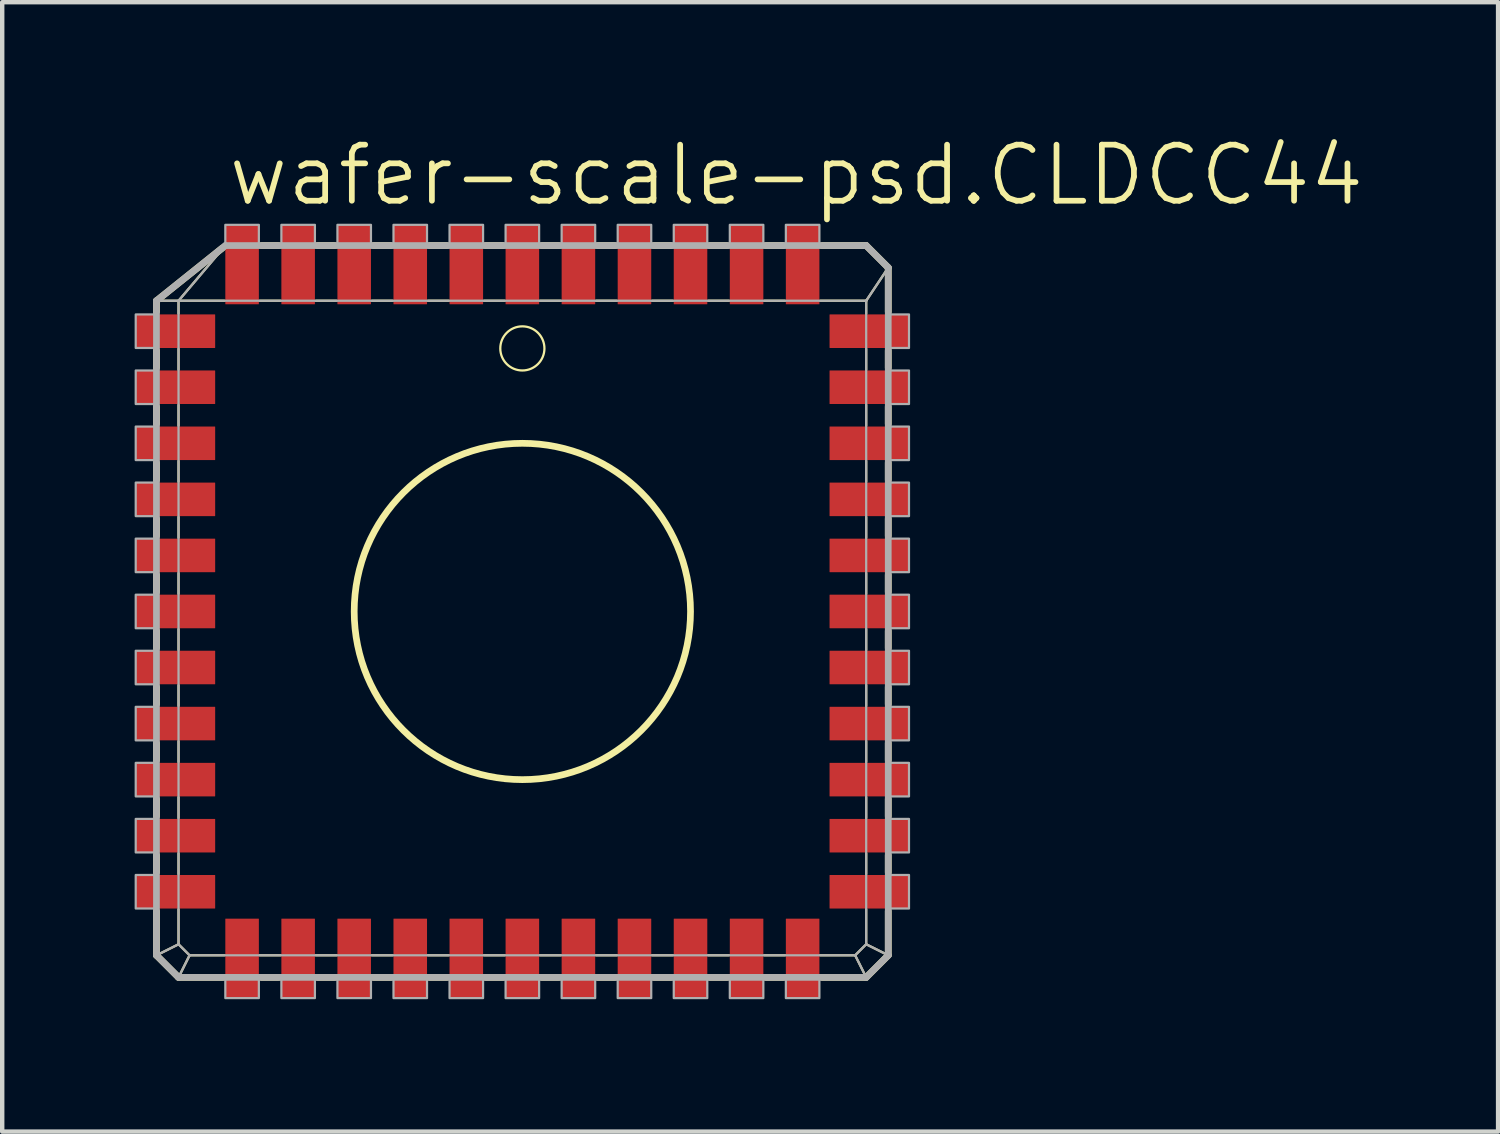
<source format=kicad_pcb>
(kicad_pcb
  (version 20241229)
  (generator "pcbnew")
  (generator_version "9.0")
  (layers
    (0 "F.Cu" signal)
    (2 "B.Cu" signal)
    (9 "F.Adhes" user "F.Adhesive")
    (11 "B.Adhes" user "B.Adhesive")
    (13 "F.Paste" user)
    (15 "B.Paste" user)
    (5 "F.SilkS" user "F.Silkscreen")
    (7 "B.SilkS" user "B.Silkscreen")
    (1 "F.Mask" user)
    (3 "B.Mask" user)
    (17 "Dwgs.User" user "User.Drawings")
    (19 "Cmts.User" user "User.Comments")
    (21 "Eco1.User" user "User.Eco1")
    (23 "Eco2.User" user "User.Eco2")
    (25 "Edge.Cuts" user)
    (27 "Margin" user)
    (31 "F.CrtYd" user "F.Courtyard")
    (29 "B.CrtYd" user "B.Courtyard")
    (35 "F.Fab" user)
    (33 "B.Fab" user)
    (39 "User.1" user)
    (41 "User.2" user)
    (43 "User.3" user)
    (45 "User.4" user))
  (footprint "wafer-scale-psd.CLDCC44"
    (layer "F.Cu")
    (at 8.785 10.804)
    (property "Reference" "wafer-scale-psd.CLDCC44" (at -6.731 -9.144 0) (layer "F.SilkS") (effects (font (size 1.27 1.27) (thickness 0.13)) (justify left bottom)))
    (attr smd)
    (fp_line (start -8.29 -7.04) (end -7.79 -7.04) (stroke (width 0.051) (type default)) (layer "F.SilkS"))
    (fp_line (start -8.29 -7.04) (end -6.79 -8.24) (stroke (width 0.152) (type default)) (layer "F.SilkS"))
    (fp_line (start -8.29 -6.79) (end -8.29 -7.04) (stroke (width 0.152) (type default)) (layer "F.SilkS"))
    (fp_line (start -8.29 -5.52) (end -8.29 -5.91) (stroke (width 0.152) (type default)) (layer "F.SilkS"))
    (fp_line (start -8.29 -4.25) (end -8.29 -4.64) (stroke (width 0.152) (type default)) (layer "F.SilkS"))
    (fp_line (start -8.29 -2.98) (end -8.29 -3.37) (stroke (width 0.152) (type default)) (layer "F.SilkS"))
    (fp_line (start -8.29 -1.71) (end -8.29 -2.1) (stroke (width 0.152) (type default)) (layer "F.SilkS"))
    (fp_line (start -8.29 -0.44) (end -8.29 -0.83) (stroke (width 0.152) (type default)) (layer "F.SilkS"))
    (fp_line (start -8.29 0.83) (end -8.29 0.44) (stroke (width 0.152) (type default)) (layer "F.SilkS"))
    (fp_line (start -8.29 2.1) (end -8.29 1.71) (stroke (width 0.152) (type default)) (layer "F.SilkS"))
    (fp_line (start -8.29 3.37) (end -8.29 2.98) (stroke (width 0.152) (type default)) (layer "F.SilkS"))
    (fp_line (start -8.29 4.64) (end -8.29 4.25) (stroke (width 0.152) (type default)) (layer "F.SilkS"))
    (fp_line (start -8.29 5.91) (end -8.29 5.52) (stroke (width 0.152) (type default)) (layer "F.SilkS"))
    (fp_line (start -8.29 7.79) (end -8.29 6.79) (stroke (width 0.152) (type default)) (layer "F.SilkS"))
    (fp_line (start -8.29 7.79) (end -7.79 7.54) (stroke (width 0.051) (type default)) (layer "F.SilkS"))
    (fp_line (start -7.79 -7.04) (end -6.75 -8.27) (stroke (width 0.051) (type default)) (layer "F.SilkS"))
    (fp_line (start -7.79 -7.04) (end -6.75 -7.04) (stroke (width 0.051) (type default)) (layer "F.SilkS"))
    (fp_line (start -7.79 -6.75) (end -7.79 -7.04) (stroke (width 0.051) (type default)) (layer "F.SilkS"))
    (fp_line (start -7.79 -5.48) (end -7.79 -5.95) (stroke (width 0.051) (type default)) (layer "F.SilkS"))
    (fp_line (start -7.79 -4.21) (end -7.79 -4.68) (stroke (width 0.051) (type default)) (layer "F.SilkS"))
    (fp_line (start -7.79 -2.94) (end -7.79 -3.41) (stroke (width 0.051) (type default)) (layer "F.SilkS"))
    (fp_line (start -7.79 -1.67) (end -7.79 -2.14) (stroke (width 0.051) (type default)) (layer "F.SilkS"))
    (fp_line (start -7.79 -0.4) (end -7.79 -0.87) (stroke (width 0.051) (type default)) (layer "F.SilkS"))
    (fp_line (start -7.79 0.87) (end -7.79 0.4) (stroke (width 0.051) (type default)) (layer "F.SilkS"))
    (fp_line (start -7.79 2.14) (end -7.79 1.67) (stroke (width 0.051) (type default)) (layer "F.SilkS"))
    (fp_line (start -7.79 3.41) (end -7.79 2.94) (stroke (width 0.051) (type default)) (layer "F.SilkS"))
    (fp_line (start -7.79 4.68) (end -7.79 4.21) (stroke (width 0.051) (type default)) (layer "F.SilkS"))
    (fp_line (start -7.79 5.95) (end -7.79 5.48) (stroke (width 0.051) (type default)) (layer "F.SilkS"))
    (fp_line (start -7.79 7.54) (end -7.79 6.75) (stroke (width 0.051) (type default)) (layer "F.SilkS"))
    (fp_line (start -7.79 8.29) (end -8.29 7.79) (stroke (width 0.152) (type default)) (layer "F.SilkS"))
    (fp_line (start -7.79 8.29) (end -7.54 7.79) (stroke (width 0.051) (type default)) (layer "F.SilkS"))
    (fp_line (start -7.54 7.79) (end -7.79 7.54) (stroke (width 0.051) (type default)) (layer "F.SilkS"))
    (fp_line (start -6.79 8.29) (end -7.79 8.29) (stroke (width 0.152) (type default)) (layer "F.SilkS"))
    (fp_line (start -6.75 7.79) (end -7.54 7.79) (stroke (width 0.051) (type default)) (layer "F.SilkS"))
    (fp_line (start -5.95 -7.04) (end -5.48 -7.04) (stroke (width 0.051) (type default)) (layer "F.SilkS"))
    (fp_line (start -5.91 -8.29) (end -5.52 -8.29) (stroke (width 0.152) (type default)) (layer "F.SilkS"))
    (fp_line (start -5.52 8.29) (end -5.91 8.29) (stroke (width 0.152) (type default)) (layer "F.SilkS"))
    (fp_line (start -5.48 7.79) (end -5.95 7.79) (stroke (width 0.051) (type default)) (layer "F.SilkS"))
    (fp_line (start -4.68 -7.04) (end -4.21 -7.04) (stroke (width 0.051) (type default)) (layer "F.SilkS"))
    (fp_line (start -4.64 -8.29) (end -4.25 -8.29) (stroke (width 0.152) (type default)) (layer "F.SilkS"))
    (fp_line (start -4.25 8.29) (end -4.64 8.29) (stroke (width 0.152) (type default)) (layer "F.SilkS"))
    (fp_line (start -4.21 7.79) (end -4.68 7.79) (stroke (width 0.051) (type default)) (layer "F.SilkS"))
    (fp_line (start -3.41 -7.04) (end -2.94 -7.04) (stroke (width 0.051) (type default)) (layer "F.SilkS"))
    (fp_line (start -3.37 -8.29) (end -2.98 -8.29) (stroke (width 0.152) (type default)) (layer "F.SilkS"))
    (fp_line (start -2.98 8.29) (end -3.37 8.29) (stroke (width 0.152) (type default)) (layer "F.SilkS"))
    (fp_line (start -2.94 7.79) (end -3.41 7.79) (stroke (width 0.051) (type default)) (layer "F.SilkS"))
    (fp_line (start -2.14 -7.04) (end -1.67 -7.04) (stroke (width 0.051) (type default)) (layer "F.SilkS"))
    (fp_line (start -2.1 -8.29) (end -1.71 -8.29) (stroke (width 0.152) (type default)) (layer "F.SilkS"))
    (fp_line (start -1.71 8.29) (end -2.1 8.29) (stroke (width 0.152) (type default)) (layer "F.SilkS"))
    (fp_line (start -1.67 7.79) (end -2.14 7.79) (stroke (width 0.051) (type default)) (layer "F.SilkS"))
    (fp_line (start -0.87 -7.04) (end -0.4 -7.04) (stroke (width 0.051) (type default)) (layer "F.SilkS"))
    (fp_line (start -0.83 -8.29) (end -0.44 -8.29) (stroke (width 0.152) (type default)) (layer "F.SilkS"))
    (fp_line (start -0.44 8.29) (end -0.83 8.29) (stroke (width 0.152) (type default)) (layer "F.SilkS"))
    (fp_line (start -0.4 7.79) (end -0.87 7.79) (stroke (width 0.051) (type default)) (layer "F.SilkS"))
    (fp_line (start 0.4 -7.04) (end 0.87 -7.04) (stroke (width 0.051) (type default)) (layer "F.SilkS"))
    (fp_line (start 0.44 -8.29) (end 0.83 -8.29) (stroke (width 0.152) (type default)) (layer "F.SilkS"))
    (fp_line (start 0.83 8.29) (end 0.44 8.29) (stroke (width 0.152) (type default)) (layer "F.SilkS"))
    (fp_line (start 0.87 7.79) (end 0.4 7.79) (stroke (width 0.051) (type default)) (layer "F.SilkS"))
    (fp_line (start 1.67 -7.04) (end 2.14 -7.04) (stroke (width 0.051) (type default)) (layer "F.SilkS"))
    (fp_line (start 1.71 -8.29) (end 2.1 -8.29) (stroke (width 0.152) (type default)) (layer "F.SilkS"))
    (fp_line (start 2.1 8.29) (end 1.71 8.29) (stroke (width 0.152) (type default)) (layer "F.SilkS"))
    (fp_line (start 2.14 7.79) (end 1.67 7.79) (stroke (width 0.051) (type default)) (layer "F.SilkS"))
    (fp_line (start 2.94 -7.04) (end 3.41 -7.04) (stroke (width 0.051) (type default)) (layer "F.SilkS"))
    (fp_line (start 2.98 -8.29) (end 3.37 -8.29) (stroke (width 0.152) (type default)) (layer "F.SilkS"))
    (fp_line (start 3.37 8.29) (end 2.98 8.29) (stroke (width 0.152) (type default)) (layer "F.SilkS"))
    (fp_line (start 3.41 7.79) (end 2.94 7.79) (stroke (width 0.051) (type default)) (layer "F.SilkS"))
    (fp_line (start 4.21 -7.04) (end 4.68 -7.04) (stroke (width 0.051) (type default)) (layer "F.SilkS"))
    (fp_line (start 4.25 -8.29) (end 4.64 -8.29) (stroke (width 0.152) (type default)) (layer "F.SilkS"))
    (fp_line (start 4.64 8.29) (end 4.25 8.29) (stroke (width 0.152) (type default)) (layer "F.SilkS"))
    (fp_line (start 4.68 7.79) (end 4.21 7.79) (stroke (width 0.051) (type default)) (layer "F.SilkS"))
    (fp_line (start 5.48 -7.04) (end 5.95 -7.04) (stroke (width 0.051) (type default)) (layer "F.SilkS"))
    (fp_line (start 5.52 -8.29) (end 5.91 -8.29) (stroke (width 0.152) (type default)) (layer "F.SilkS"))
    (fp_line (start 5.91 8.29) (end 5.52 8.29) (stroke (width 0.152) (type default)) (layer "F.SilkS"))
    (fp_line (start 5.95 7.79) (end 5.48 7.79) (stroke (width 0.051) (type default)) (layer "F.SilkS"))
    (fp_line (start 6.75 -7.04) (end 7.79 -7.04) (stroke (width 0.051) (type default)) (layer "F.SilkS"))
    (fp_line (start 6.79 -8.29) (end 7.79 -8.29) (stroke (width 0.152) (type default)) (layer "F.SilkS"))
    (fp_line (start 7.54 7.79) (end 6.75 7.79) (stroke (width 0.051) (type default)) (layer "F.SilkS"))
    (fp_line (start 7.54 7.79) (end 7.79 8.29) (stroke (width 0.051) (type default)) (layer "F.SilkS"))
    (fp_line (start 7.79 -8.29) (end 8.29 -7.79) (stroke (width 0.152) (type default)) (layer "F.SilkS"))
    (fp_line (start 7.79 -7.04) (end 7.79 -6.75) (stroke (width 0.051) (type default)) (layer "F.SilkS"))
    (fp_line (start 7.79 -5.95) (end 7.79 -5.48) (stroke (width 0.051) (type default)) (layer "F.SilkS"))
    (fp_line (start 7.79 -4.68) (end 7.79 -4.21) (stroke (width 0.051) (type default)) (layer "F.SilkS"))
    (fp_line (start 7.79 -3.41) (end 7.79 -2.94) (stroke (width 0.051) (type default)) (layer "F.SilkS"))
    (fp_line (start 7.79 -2.14) (end 7.79 -1.67) (stroke (width 0.051) (type default)) (layer "F.SilkS"))
    (fp_line (start 7.79 -0.87) (end 7.79 -0.4) (stroke (width 0.051) (type default)) (layer "F.SilkS"))
    (fp_line (start 7.79 0.4) (end 7.79 0.87) (stroke (width 0.051) (type default)) (layer "F.SilkS"))
    (fp_line (start 7.79 1.67) (end 7.79 2.14) (stroke (width 0.051) (type default)) (layer "F.SilkS"))
    (fp_line (start 7.79 2.94) (end 7.79 3.41) (stroke (width 0.051) (type default)) (layer "F.SilkS"))
    (fp_line (start 7.79 4.21) (end 7.79 4.68) (stroke (width 0.051) (type default)) (layer "F.SilkS"))
    (fp_line (start 7.79 5.48) (end 7.79 5.95) (stroke (width 0.051) (type default)) (layer "F.SilkS"))
    (fp_line (start 7.79 6.75) (end 7.79 7.54) (stroke (width 0.051) (type default)) (layer "F.SilkS"))
    (fp_line (start 7.79 7.54) (end 7.54 7.79) (stroke (width 0.051) (type default)) (layer "F.SilkS"))
    (fp_line (start 7.79 7.54) (end 8.29 7.79) (stroke (width 0.051) (type default)) (layer "F.SilkS"))
    (fp_line (start 7.79 8.29) (end 6.79 8.29) (stroke (width 0.152) (type default)) (layer "F.SilkS"))
    (fp_line (start 8.29 -7.79) (end 7.79 -7.04) (stroke (width 0.051) (type default)) (layer "F.SilkS"))
    (fp_line (start 8.29 -7.79) (end 8.29 -6.79) (stroke (width 0.152) (type default)) (layer "F.SilkS"))
    (fp_line (start 8.29 -5.91) (end 8.29 -5.52) (stroke (width 0.152) (type default)) (layer "F.SilkS"))
    (fp_line (start 8.29 -4.64) (end 8.29 -4.25) (stroke (width 0.152) (type default)) (layer "F.SilkS"))
    (fp_line (start 8.29 -3.37) (end 8.29 -2.98) (stroke (width 0.152) (type default)) (layer "F.SilkS"))
    (fp_line (start 8.29 -2.1) (end 8.29 -1.71) (stroke (width 0.152) (type default)) (layer "F.SilkS"))
    (fp_line (start 8.29 -0.83) (end 8.29 -0.44) (stroke (width 0.152) (type default)) (layer "F.SilkS"))
    (fp_line (start 8.29 0.44) (end 8.29 0.83) (stroke (width 0.152) (type default)) (layer "F.SilkS"))
    (fp_line (start 8.29 1.71) (end 8.29 2.1) (stroke (width 0.152) (type default)) (layer "F.SilkS"))
    (fp_line (start 8.29 2.98) (end 8.29 3.37) (stroke (width 0.152) (type default)) (layer "F.SilkS"))
    (fp_line (start 8.29 4.25) (end 8.29 4.64) (stroke (width 0.152) (type default)) (layer "F.SilkS"))
    (fp_line (start 8.29 5.52) (end 8.29 5.91) (stroke (width 0.152) (type default)) (layer "F.SilkS"))
    (fp_line (start 8.29 6.79) (end 8.29 7.79) (stroke (width 0.152) (type default)) (layer "F.SilkS"))
    (fp_line (start 8.29 7.79) (end 7.79 8.29) (stroke (width 0.152) (type default)) (layer "F.SilkS"))
    (fp_circle (center 0 -5.96) (end 0.5 -5.96) (stroke (width 0.051) (type default)) (fill no) (layer "F.SilkS"))
    (fp_circle (center 0 0) (end 3.81 0) (stroke (width 0.152) (type default)) (fill no) (layer "F.SilkS"))
    (fp_line (start -8.29 -7.04) (end -7.79 -7.04) (stroke (width 0.051) (type default)) (layer "F.Fab"))
    (fp_line (start -8.29 -7.04) (end -6.73 -8.29) (stroke (width 0.152) (type default)) (layer "F.Fab"))
    (fp_line (start -8.29 7.79) (end -8.29 -7.04) (stroke (width 0.152) (type default)) (layer "F.Fab"))
    (fp_line (start -8.29 7.79) (end -7.79 7.54) (stroke (width 0.051) (type default)) (layer "F.Fab"))
    (fp_line (start -7.79 -7.04) (end -6.73 -8.29) (stroke (width 0.051) (type default)) (layer "F.Fab"))
    (fp_line (start -7.79 -7.04) (end 7.79 -7.04) (stroke (width 0.051) (type default)) (layer "F.Fab"))
    (fp_line (start -7.79 7.54) (end -7.79 -7.04) (stroke (width 0.051) (type default)) (layer "F.Fab"))
    (fp_line (start -7.79 8.29) (end -8.29 7.79) (stroke (width 0.152) (type default)) (layer "F.Fab"))
    (fp_line (start -7.79 8.29) (end -7.54 7.79) (stroke (width 0.051) (type default)) (layer "F.Fab"))
    (fp_line (start -7.54 7.79) (end -7.79 7.54) (stroke (width 0.051) (type default)) (layer "F.Fab"))
    (fp_line (start -6.73 -8.29) (end 7.79 -8.29) (stroke (width 0.152) (type default)) (layer "F.Fab"))
    (fp_line (start 7.54 7.79) (end -7.54 7.79) (stroke (width 0.051) (type default)) (layer "F.Fab"))
    (fp_line (start 7.54 7.79) (end 7.79 8.29) (stroke (width 0.051) (type default)) (layer "F.Fab"))
    (fp_line (start 7.79 -8.29) (end 8.29 -7.79) (stroke (width 0.152) (type default)) (layer "F.Fab"))
    (fp_line (start 7.79 -7.04) (end 7.79 7.54) (stroke (width 0.051) (type default)) (layer "F.Fab"))
    (fp_line (start 7.79 7.54) (end 7.54 7.79) (stroke (width 0.051) (type default)) (layer "F.Fab"))
    (fp_line (start 7.79 7.54) (end 8.29 7.79) (stroke (width 0.051) (type default)) (layer "F.Fab"))
    (fp_line (start 7.79 8.29) (end -7.79 8.29) (stroke (width 0.152) (type default)) (layer "F.Fab"))
    (fp_line (start 8.29 -7.79) (end 7.79 -7.04) (stroke (width 0.051) (type default)) (layer "F.Fab"))
    (fp_line (start 8.29 -7.79) (end 8.29 7.79) (stroke (width 0.152) (type default)) (layer "F.Fab"))
    (fp_line (start 8.29 7.79) (end 7.79 8.29) (stroke (width 0.152) (type default)) (layer "F.Fab"))
    (fp_rect (start -8.76 -5.97) (end -8.29 -6.73) (stroke (width 0.05) (type default)) (fill no) (layer "F.Fab"))
    (fp_rect (start -8.76 -4.7) (end -8.29 -5.46) (stroke (width 0.05) (type default)) (fill no) (layer "F.Fab"))
    (fp_rect (start -8.76 -3.43) (end -8.29 -4.19) (stroke (width 0.05) (type default)) (fill no) (layer "F.Fab"))
    (fp_rect (start -8.76 -2.16) (end -8.29 -2.92) (stroke (width 0.05) (type default)) (fill no) (layer "F.Fab"))
    (fp_rect (start -8.76 -0.89) (end -8.29 -1.65) (stroke (width 0.05) (type default)) (fill no) (layer "F.Fab"))
    (fp_rect (start -8.76 0.38) (end -8.29 -0.38) (stroke (width 0.05) (type default)) (fill no) (layer "F.Fab"))
    (fp_rect (start -8.76 1.65) (end -8.29 0.89) (stroke (width 0.05) (type default)) (fill no) (layer "F.Fab"))
    (fp_rect (start -8.76 2.92) (end -8.29 2.16) (stroke (width 0.05) (type default)) (fill no) (layer "F.Fab"))
    (fp_rect (start -8.76 4.19) (end -8.29 3.43) (stroke (width 0.05) (type default)) (fill no) (layer "F.Fab"))
    (fp_rect (start -8.76 5.46) (end -8.29 4.7) (stroke (width 0.05) (type default)) (fill no) (layer "F.Fab"))
    (fp_rect (start -8.76 6.73) (end -8.29 5.97) (stroke (width 0.05) (type default)) (fill no) (layer "F.Fab"))
    (fp_rect (start -6.73 -8.29) (end -5.97 -8.76) (stroke (width 0.05) (type default)) (fill no) (layer "F.Fab"))
    (fp_rect (start -6.73 8.76) (end -5.97 8.29) (stroke (width 0.05) (type default)) (fill no) (layer "F.Fab"))
    (fp_rect (start -5.46 -8.29) (end -4.7 -8.76) (stroke (width 0.05) (type default)) (fill no) (layer "F.Fab"))
    (fp_rect (start -5.46 8.76) (end -4.7 8.29) (stroke (width 0.05) (type default)) (fill no) (layer "F.Fab"))
    (fp_rect (start -4.19 -8.29) (end -3.43 -8.76) (stroke (width 0.05) (type default)) (fill no) (layer "F.Fab"))
    (fp_rect (start -4.19 8.76) (end -3.43 8.29) (stroke (width 0.05) (type default)) (fill no) (layer "F.Fab"))
    (fp_rect (start -2.92 -8.29) (end -2.16 -8.76) (stroke (width 0.05) (type default)) (fill no) (layer "F.Fab"))
    (fp_rect (start -2.92 8.76) (end -2.16 8.29) (stroke (width 0.05) (type default)) (fill no) (layer "F.Fab"))
    (fp_rect (start -1.65 -8.29) (end -0.89 -8.76) (stroke (width 0.05) (type default)) (fill no) (layer "F.Fab"))
    (fp_rect (start -1.65 8.76) (end -0.89 8.29) (stroke (width 0.05) (type default)) (fill no) (layer "F.Fab"))
    (fp_rect (start -0.38 -8.29) (end 0.38 -8.76) (stroke (width 0.05) (type default)) (fill no) (layer "F.Fab"))
    (fp_rect (start -0.38 8.76) (end 0.38 8.29) (stroke (width 0.05) (type default)) (fill no) (layer "F.Fab"))
    (fp_rect (start 0.89 -8.29) (end 1.65 -8.76) (stroke (width 0.05) (type default)) (fill no) (layer "F.Fab"))
    (fp_rect (start 0.89 8.76) (end 1.65 8.29) (stroke (width 0.05) (type default)) (fill no) (layer "F.Fab"))
    (fp_rect (start 2.16 -8.29) (end 2.92 -8.76) (stroke (width 0.05) (type default)) (fill no) (layer "F.Fab"))
    (fp_rect (start 2.16 8.76) (end 2.92 8.29) (stroke (width 0.05) (type default)) (fill no) (layer "F.Fab"))
    (fp_rect (start 3.43 -8.29) (end 4.19 -8.76) (stroke (width 0.05) (type default)) (fill no) (layer "F.Fab"))
    (fp_rect (start 3.43 8.76) (end 4.19 8.29) (stroke (width 0.05) (type default)) (fill no) (layer "F.Fab"))
    (fp_rect (start 4.7 -8.29) (end 5.46 -8.76) (stroke (width 0.05) (type default)) (fill no) (layer "F.Fab"))
    (fp_rect (start 4.7 8.76) (end 5.46 8.29) (stroke (width 0.05) (type default)) (fill no) (layer "F.Fab"))
    (fp_rect (start 5.97 -8.29) (end 6.73 -8.76) (stroke (width 0.05) (type default)) (fill no) (layer "F.Fab"))
    (fp_rect (start 5.97 8.76) (end 6.73 8.29) (stroke (width 0.05) (type default)) (fill no) (layer "F.Fab"))
    (fp_rect (start 8.29 -5.97) (end 8.76 -6.73) (stroke (width 0.05) (type default)) (fill no) (layer "F.Fab"))
    (fp_rect (start 8.29 -4.7) (end 8.76 -5.46) (stroke (width 0.05) (type default)) (fill no) (layer "F.Fab"))
    (fp_rect (start 8.29 -3.43) (end 8.76 -4.19) (stroke (width 0.05) (type default)) (fill no) (layer "F.Fab"))
    (fp_rect (start 8.29 -2.16) (end 8.76 -2.92) (stroke (width 0.05) (type default)) (fill no) (layer "F.Fab"))
    (fp_rect (start 8.29 -0.89) (end 8.76 -1.65) (stroke (width 0.05) (type default)) (fill no) (layer "F.Fab"))
    (fp_rect (start 8.29 0.38) (end 8.76 -0.38) (stroke (width 0.05) (type default)) (fill no) (layer "F.Fab"))
    (fp_rect (start 8.29 1.65) (end 8.76 0.89) (stroke (width 0.05) (type default)) (fill no) (layer "F.Fab"))
    (fp_rect (start 8.29 2.92) (end 8.76 2.16) (stroke (width 0.05) (type default)) (fill no) (layer "F.Fab"))
    (fp_rect (start 8.29 4.19) (end 8.76 3.43) (stroke (width 0.05) (type default)) (fill no) (layer "F.Fab"))
    (fp_rect (start 8.29 5.46) (end 8.76 4.7) (stroke (width 0.05) (type default)) (fill no) (layer "F.Fab"))
    (fp_rect (start 8.29 6.73) (end 8.76 5.97) (stroke (width 0.05) (type default)) (fill no) (layer "F.Fab"))
    (pad "1" smd roundrect (at 0 -7.86) (size 0.76 1.8) (layers "F.Cu" "F.Mask" "F.Paste") (roundrect_rratio 0.01))
    (pad "2" smd roundrect (at -1.27 -7.86) (size 0.76 1.8) (layers "F.Cu" "F.Mask" "F.Paste") (roundrect_rratio 0.01))
    (pad "3" smd roundrect (at -2.54 -7.86) (size 0.76 1.8) (layers "F.Cu" "F.Mask" "F.Paste") (roundrect_rratio 0.01))
    (pad "4" smd roundrect (at -3.81 -7.86) (size 0.76 1.8) (layers "F.Cu" "F.Mask" "F.Paste") (roundrect_rratio 0.01))
    (pad "5" smd roundrect (at -5.08 -7.86) (size 0.76 1.8) (layers "F.Cu" "F.Mask" "F.Paste") (roundrect_rratio 0.01))
    (pad "6" smd roundrect (at -6.35 -7.86) (size 0.76 1.8) (layers "F.Cu" "F.Mask" "F.Paste") (roundrect_rratio 0.01))
    (pad "7" smd roundrect (at -7.86 -6.35) (size 1.8 0.76) (layers "F.Cu" "F.Mask" "F.Paste") (roundrect_rratio 0.01))
    (pad "8" smd roundrect (at -7.86 -5.08) (size 1.8 0.76) (layers "F.Cu" "F.Mask" "F.Paste") (roundrect_rratio 0.01))
    (pad "9" smd roundrect (at -7.86 -3.81) (size 1.8 0.76) (layers "F.Cu" "F.Mask" "F.Paste") (roundrect_rratio 0.01))
    (pad "10" smd roundrect (at -7.86 -2.54) (size 1.8 0.76) (layers "F.Cu" "F.Mask" "F.Paste") (roundrect_rratio 0.01))
    (pad "11" smd roundrect (at -7.86 -1.27) (size 1.8 0.76) (layers "F.Cu" "F.Mask" "F.Paste") (roundrect_rratio 0.01))
    (pad "12" smd roundrect (at -7.86 0) (size 1.8 0.76) (layers "F.Cu" "F.Mask" "F.Paste") (roundrect_rratio 0.01))
    (pad "13" smd roundrect (at -7.86 1.27) (size 1.8 0.76) (layers "F.Cu" "F.Mask" "F.Paste") (roundrect_rratio 0.01))
    (pad "14" smd roundrect (at -7.86 2.54) (size 1.8 0.76) (layers "F.Cu" "F.Mask" "F.Paste") (roundrect_rratio 0.01))
    (pad "15" smd roundrect (at -7.86 3.81) (size 1.8 0.76) (layers "F.Cu" "F.Mask" "F.Paste") (roundrect_rratio 0.01))
    (pad "16" smd roundrect (at -7.86 5.08) (size 1.8 0.76) (layers "F.Cu" "F.Mask" "F.Paste") (roundrect_rratio 0.01))
    (pad "17" smd roundrect (at -7.86 6.35) (size 1.8 0.76) (layers "F.Cu" "F.Mask" "F.Paste") (roundrect_rratio 0.01))
    (pad "18" smd roundrect (at -6.35 7.86) (size 0.76 1.8) (layers "F.Cu" "F.Mask" "F.Paste") (roundrect_rratio 0.01))
    (pad "19" smd roundrect (at -5.08 7.86) (size 0.76 1.8) (layers "F.Cu" "F.Mask" "F.Paste") (roundrect_rratio 0.01))
    (pad "20" smd roundrect (at -3.81 7.86) (size 0.76 1.8) (layers "F.Cu" "F.Mask" "F.Paste") (roundrect_rratio 0.01))
    (pad "21" smd roundrect (at -2.54 7.86) (size 0.76 1.8) (layers "F.Cu" "F.Mask" "F.Paste") (roundrect_rratio 0.01))
    (pad "22" smd roundrect (at -1.27 7.86) (size 0.76 1.8) (layers "F.Cu" "F.Mask" "F.Paste") (roundrect_rratio 0.01))
    (pad "23" smd roundrect (at 0 7.86) (size 0.76 1.8) (layers "F.Cu" "F.Mask" "F.Paste") (roundrect_rratio 0.01))
    (pad "24" smd roundrect (at 1.27 7.86) (size 0.76 1.8) (layers "F.Cu" "F.Mask" "F.Paste") (roundrect_rratio 0.01))
    (pad "25" smd roundrect (at 2.54 7.86) (size 0.76 1.8) (layers "F.Cu" "F.Mask" "F.Paste") (roundrect_rratio 0.01))
    (pad "26" smd roundrect (at 3.81 7.86) (size 0.76 1.8) (layers "F.Cu" "F.Mask" "F.Paste") (roundrect_rratio 0.01))
    (pad "27" smd roundrect (at 5.08 7.86) (size 0.76 1.8) (layers "F.Cu" "F.Mask" "F.Paste") (roundrect_rratio 0.01))
    (pad "28" smd roundrect (at 6.35 7.86) (size 0.76 1.8) (layers "F.Cu" "F.Mask" "F.Paste") (roundrect_rratio 0.01))
    (pad "29" smd roundrect (at 7.86 6.35) (size 1.8 0.76) (layers "F.Cu" "F.Mask" "F.Paste") (roundrect_rratio 0.01))
    (pad "30" smd roundrect (at 7.86 5.08) (size 1.8 0.76) (layers "F.Cu" "F.Mask" "F.Paste") (roundrect_rratio 0.01))
    (pad "31" smd roundrect (at 7.86 3.81) (size 1.8 0.76) (layers "F.Cu" "F.Mask" "F.Paste") (roundrect_rratio 0.01))
    (pad "32" smd roundrect (at 7.86 2.54) (size 1.8 0.76) (layers "F.Cu" "F.Mask" "F.Paste") (roundrect_rratio 0.01))
    (pad "33" smd roundrect (at 7.86 1.27) (size 1.8 0.76) (layers "F.Cu" "F.Mask" "F.Paste") (roundrect_rratio 0.01))
    (pad "34" smd roundrect (at 7.86 0) (size 1.8 0.76) (layers "F.Cu" "F.Mask" "F.Paste") (roundrect_rratio 0.01))
    (pad "35" smd roundrect (at 7.86 -1.27) (size 1.8 0.76) (layers "F.Cu" "F.Mask" "F.Paste") (roundrect_rratio 0.01))
    (pad "36" smd roundrect (at 7.86 -2.54) (size 1.8 0.76) (layers "F.Cu" "F.Mask" "F.Paste") (roundrect_rratio 0.01))
    (pad "37" smd roundrect (at 7.86 -3.81) (size 1.8 0.76) (layers "F.Cu" "F.Mask" "F.Paste") (roundrect_rratio 0.01))
    (pad "38" smd roundrect (at 7.86 -5.08) (size 1.8 0.76) (layers "F.Cu" "F.Mask" "F.Paste") (roundrect_rratio 0.01))
    (pad "39" smd roundrect (at 7.86 -6.35) (size 1.8 0.76) (layers "F.Cu" "F.Mask" "F.Paste") (roundrect_rratio 0.01))
    (pad "40" smd roundrect (at 6.35 -7.86) (size 0.76 1.8) (layers "F.Cu" "F.Mask" "F.Paste") (roundrect_rratio 0.01))
    (pad "41" smd roundrect (at 5.08 -7.86) (size 0.76 1.8) (layers "F.Cu" "F.Mask" "F.Paste") (roundrect_rratio 0.01))
    (pad "42" smd roundrect (at 3.81 -7.86) (size 0.76 1.8) (layers "F.Cu" "F.Mask" "F.Paste") (roundrect_rratio 0.01))
    (pad "43" smd roundrect (at 2.54 -7.86) (size 0.76 1.8) (layers "F.Cu" "F.Mask" "F.Paste") (roundrect_rratio 0.01))
    (pad "44" smd roundrect (at 1.27 -7.86) (size 0.76 1.8) (layers "F.Cu" "F.Mask" "F.Paste") (roundrect_rratio 0.01)))
  (gr_rect
    (start -3 -3)
    (end 30.892 22.589)
    (stroke (width 0.1) (type default))
    (fill no)
    (layer "Edge.Cuts")))
</source>
